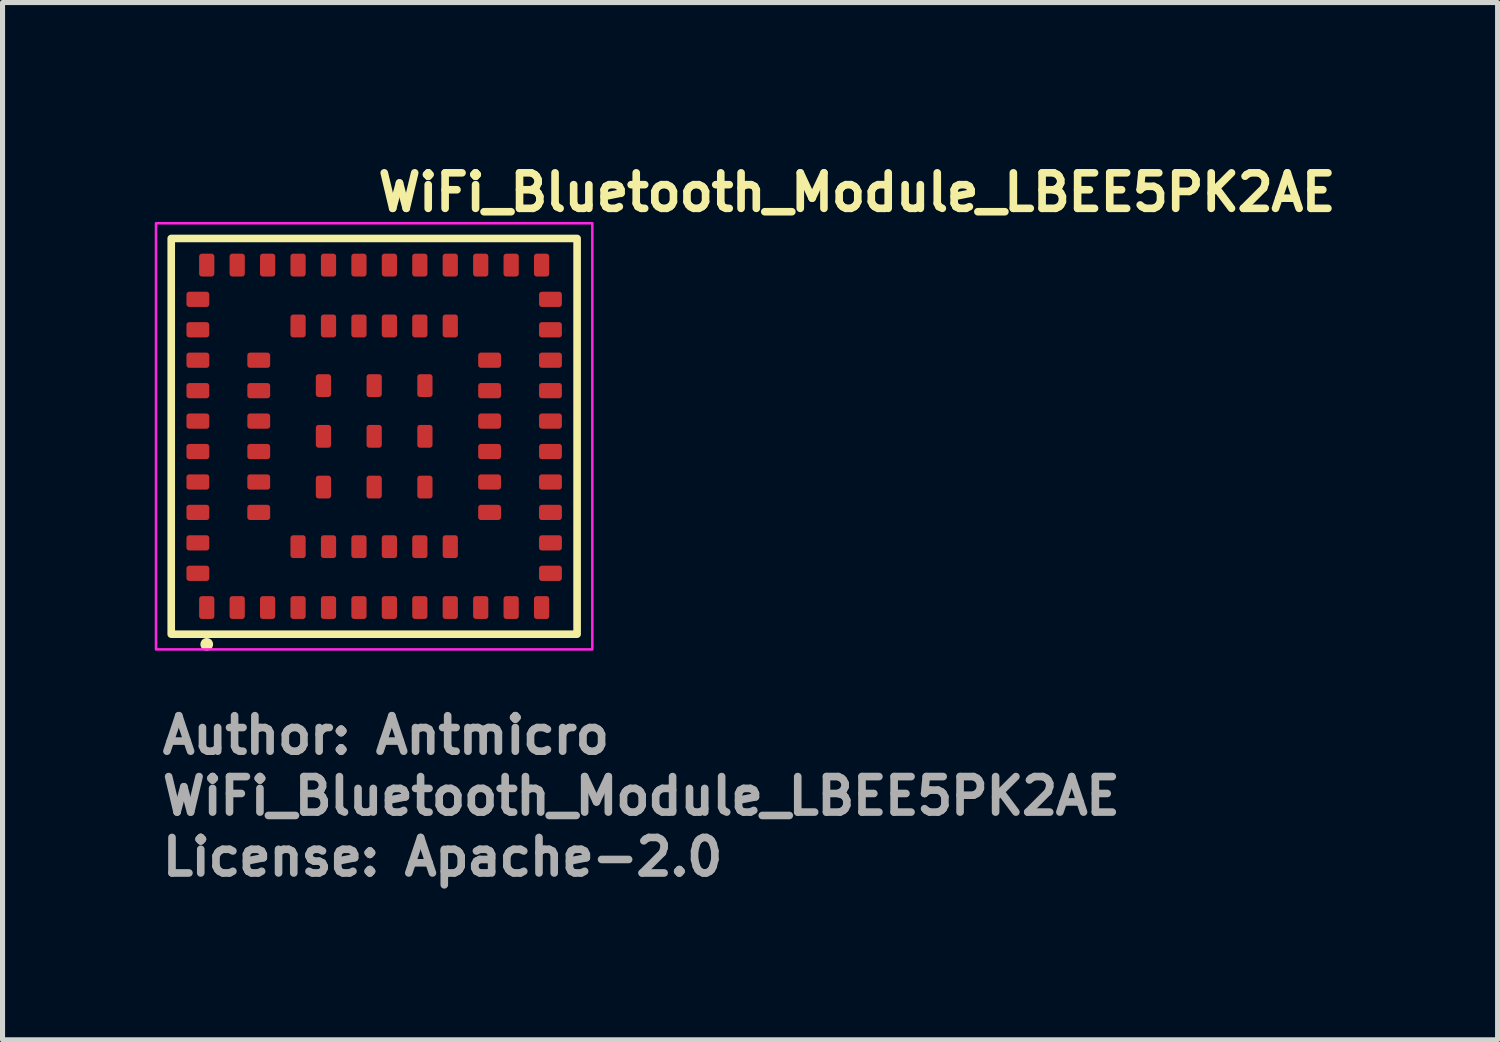
<source format=kicad_pcb>
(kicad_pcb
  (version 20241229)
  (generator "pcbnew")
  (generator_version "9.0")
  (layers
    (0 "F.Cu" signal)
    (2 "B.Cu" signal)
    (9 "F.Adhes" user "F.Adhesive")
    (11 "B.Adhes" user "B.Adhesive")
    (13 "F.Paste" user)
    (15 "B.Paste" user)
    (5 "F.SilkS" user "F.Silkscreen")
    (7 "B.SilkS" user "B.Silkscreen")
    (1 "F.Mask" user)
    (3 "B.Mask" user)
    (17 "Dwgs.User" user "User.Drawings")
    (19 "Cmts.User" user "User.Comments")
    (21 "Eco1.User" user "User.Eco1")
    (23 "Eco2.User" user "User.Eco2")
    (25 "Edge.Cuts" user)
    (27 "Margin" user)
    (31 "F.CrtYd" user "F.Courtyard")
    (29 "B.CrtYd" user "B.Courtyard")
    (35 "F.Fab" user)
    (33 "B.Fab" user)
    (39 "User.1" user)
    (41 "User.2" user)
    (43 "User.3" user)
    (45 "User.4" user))
  (footprint "WiFi_Bluetooth_Module_LBEE5PK2AE"
    (layer "F.Cu")
    (at 4.325 5.55)
    (property "Reference" "WiFi_Bluetooth_Module_LBEE5PK2AE" (at 0 -4.4 0) (layer "F.SilkS") (effects (font (size 0.7 0.7) (thickness 0.15)) (justify left bottom)))
    (attr smd)
    (fp_rect (start -4 -3.9) (end 4 3.9) (stroke (width 0.15) (type solid)) (fill no) (layer "F.SilkS"))
    (fp_circle (center -3.3 4.1) (end -3.25 4.1) (stroke (width 0.15) (type solid)) (fill yes) (layer "F.SilkS"))
    (fp_rect (start -4.3 -4.2) (end 4.3 4.2) (stroke (width 0.05) (type solid)) (fill no) (layer "F.CrtYd"))
    (fp_rect (start -4 -3.9) (end 4 3.9) (stroke (width 0.1) (type solid)) (fill no) (layer "User.5"))
    (fp_line (start -4 -3.9) (end -4 3.9) (stroke (width 0.02) (type solid)) (layer "User.9"))
    (fp_line (start -4 3.9) (end 4 3.9) (stroke (width 0.02) (type solid)) (layer "User.9"))
    (fp_line (start 4 -3.9) (end -4 -3.9) (stroke (width 0.02) (type solid)) (layer "User.9"))
    (fp_line (start 4 3.9) (end 4 -3.9) (stroke (width 0.02) (type solid)) (layer "User.9"))
    (fp_text user "License: Apache-2.0" (at -4.25 8.7 0) (layer "F.Fab") (effects (font (size 0.7 0.7) (thickness 0.15)) (justify left bottom)))
    (fp_text user "Author: Antmicro" (at -4.25 6.3 0) (layer "F.Fab") (effects (font (size 0.7 0.7) (thickness 0.15)) (justify left bottom)))
    (fp_text user "${REFERENCE}" (at -4.25 7.5 0) (layer "F.Fab") (effects (font (size 0.7 0.7) (thickness 0.15)) (justify left bottom)))
    (pad "1" smd roundrect (at -3.3 3.375 180) (size 0.3 0.45) (layers "F.Cu" "F.Mask" "F.Paste") (roundrect_rratio 0.18))
    (pad "2" smd roundrect (at -2.7 3.375 180) (size 0.3 0.45) (layers "F.Cu" "F.Mask" "F.Paste") (roundrect_rratio 0.18))
    (pad "3" smd roundrect (at -2.1 3.375 180) (size 0.3 0.45) (layers "F.Cu" "F.Mask" "F.Paste") (roundrect_rratio 0.18))
    (pad "4" smd roundrect (at -1.5 3.375 180) (size 0.3 0.45) (layers "F.Cu" "F.Mask" "F.Paste") (roundrect_rratio 0.18))
    (pad "5" smd roundrect (at -0.9 3.375 180) (size 0.3 0.45) (layers "F.Cu" "F.Mask" "F.Paste") (roundrect_rratio 0.18))
    (pad "6" smd roundrect (at -0.3 3.375 180) (size 0.3 0.45) (layers "F.Cu" "F.Mask" "F.Paste") (roundrect_rratio 0.18))
    (pad "7" smd roundrect (at 0.3 3.375 180) (size 0.3 0.45) (layers "F.Cu" "F.Mask" "F.Paste") (roundrect_rratio 0.18))
    (pad "8" smd roundrect (at 0.9 3.375 180) (size 0.3 0.45) (layers "F.Cu" "F.Mask" "F.Paste") (roundrect_rratio 0.18))
    (pad "9" smd roundrect (at 1.5 3.375 180) (size 0.3 0.45) (layers "F.Cu" "F.Mask" "F.Paste") (roundrect_rratio 0.18))
    (pad "10" smd roundrect (at 2.1 3.375 180) (size 0.3 0.45) (layers "F.Cu" "F.Mask" "F.Paste") (roundrect_rratio 0.18))
    (pad "11" smd roundrect (at 2.7 3.375 180) (size 0.3 0.45) (layers "F.Cu" "F.Mask" "F.Paste") (roundrect_rratio 0.18))
    (pad "12" smd roundrect (at 3.3 3.375 180) (size 0.3 0.45) (layers "F.Cu" "F.Mask" "F.Paste") (roundrect_rratio 0.18))
    (pad "13" smd roundrect (at 3.475 2.7 90) (size 0.3 0.45) (layers "F.Cu" "F.Mask" "F.Paste") (roundrect_rratio 0.18))
    (pad "14" smd roundrect (at 3.475 2.1 90) (size 0.3 0.45) (layers "F.Cu" "F.Mask" "F.Paste") (roundrect_rratio 0.18))
    (pad "15" smd roundrect (at 3.475 1.5 90) (size 0.3 0.45) (layers "F.Cu" "F.Mask" "F.Paste") (roundrect_rratio 0.18))
    (pad "16" smd roundrect (at 3.475 0.9 90) (size 0.3 0.45) (layers "F.Cu" "F.Mask" "F.Paste") (roundrect_rratio 0.18))
    (pad "17" smd roundrect (at 3.475 0.3 90) (size 0.3 0.45) (layers "F.Cu" "F.Mask" "F.Paste") (roundrect_rratio 0.18))
    (pad "18" smd roundrect (at 3.475 -0.3 90) (size 0.3 0.45) (layers "F.Cu" "F.Mask" "F.Paste") (roundrect_rratio 0.18))
    (pad "19" smd roundrect (at 3.475 -0.9 90) (size 0.3 0.45) (layers "F.Cu" "F.Mask" "F.Paste") (roundrect_rratio 0.18))
    (pad "20" smd roundrect (at 3.475 -1.5 90) (size 0.3 0.45) (layers "F.Cu" "F.Mask" "F.Paste") (roundrect_rratio 0.18))
    (pad "21" smd roundrect (at 3.475 -2.1 90) (size 0.3 0.45) (layers "F.Cu" "F.Mask" "F.Paste") (roundrect_rratio 0.18))
    (pad "22" smd roundrect (at 3.475 -2.7 90) (size 0.3 0.45) (layers "F.Cu" "F.Mask" "F.Paste") (roundrect_rratio 0.18))
    (pad "23" smd roundrect (at 3.3 -3.375 180) (size 0.3 0.45) (layers "F.Cu" "F.Mask" "F.Paste") (roundrect_rratio 0.18))
    (pad "24" smd roundrect (at 2.7 -3.375 180) (size 0.3 0.45) (layers "F.Cu" "F.Mask" "F.Paste") (roundrect_rratio 0.18))
    (pad "25" smd roundrect (at 2.1 -3.375 180) (size 0.3 0.45) (layers "F.Cu" "F.Mask" "F.Paste") (roundrect_rratio 0.18))
    (pad "26" smd roundrect (at 1.5 -3.375 180) (size 0.3 0.45) (layers "F.Cu" "F.Mask" "F.Paste") (roundrect_rratio 0.18))
    (pad "27" smd roundrect (at 0.9 -3.375 180) (size 0.3 0.45) (layers "F.Cu" "F.Mask" "F.Paste") (roundrect_rratio 0.18))
    (pad "28" smd roundrect (at 0.3 -3.375 180) (size 0.3 0.45) (layers "F.Cu" "F.Mask" "F.Paste") (roundrect_rratio 0.18))
    (pad "29" smd roundrect (at -0.3 -3.375 180) (size 0.3 0.45) (layers "F.Cu" "F.Mask" "F.Paste") (roundrect_rratio 0.18))
    (pad "30" smd roundrect (at -0.9 -3.375 180) (size 0.3 0.45) (layers "F.Cu" "F.Mask" "F.Paste") (roundrect_rratio 0.18))
    (pad "31" smd roundrect (at -1.5 -3.375 180) (size 0.3 0.45) (layers "F.Cu" "F.Mask" "F.Paste") (roundrect_rratio 0.18))
    (pad "32" smd roundrect (at -2.1 -3.375 180) (size 0.3 0.45) (layers "F.Cu" "F.Mask" "F.Paste") (roundrect_rratio 0.18))
    (pad "33" smd roundrect (at -2.7 -3.375 180) (size 0.3 0.45) (layers "F.Cu" "F.Mask" "F.Paste") (roundrect_rratio 0.18))
    (pad "34" smd roundrect (at -3.3 -3.375 180) (size 0.3 0.45) (layers "F.Cu" "F.Mask" "F.Paste") (roundrect_rratio 0.18))
    (pad "35" smd roundrect (at -3.475 -2.7 90) (size 0.3 0.45) (layers "F.Cu" "F.Mask" "F.Paste") (roundrect_rratio 0.18))
    (pad "36" smd roundrect (at -3.475 -2.1 90) (size 0.3 0.45) (layers "F.Cu" "F.Mask" "F.Paste") (roundrect_rratio 0.18))
    (pad "37" smd roundrect (at -3.475 -1.5 90) (size 0.3 0.45) (layers "F.Cu" "F.Mask" "F.Paste") (roundrect_rratio 0.18))
    (pad "38" smd roundrect (at -3.475 -0.9 90) (size 0.3 0.45) (layers "F.Cu" "F.Mask" "F.Paste") (roundrect_rratio 0.18))
    (pad "39" smd roundrect (at -3.475 -0.3 90) (size 0.3 0.45) (layers "F.Cu" "F.Mask" "F.Paste") (roundrect_rratio 0.18))
    (pad "40" smd roundrect (at -3.475 0.3 90) (size 0.3 0.45) (layers "F.Cu" "F.Mask" "F.Paste") (roundrect_rratio 0.18))
    (pad "41" smd roundrect (at -3.475 0.9 90) (size 0.3 0.45) (layers "F.Cu" "F.Mask" "F.Paste") (roundrect_rratio 0.18))
    (pad "42" smd roundrect (at -3.475 1.5 90) (size 0.3 0.45) (layers "F.Cu" "F.Mask" "F.Paste") (roundrect_rratio 0.18))
    (pad "43" smd roundrect (at -3.475 2.1 90) (size 0.3 0.45) (layers "F.Cu" "F.Mask" "F.Paste") (roundrect_rratio 0.18))
    (pad "44" smd roundrect (at -3.475 2.7 90) (size 0.3 0.45) (layers "F.Cu" "F.Mask" "F.Paste") (roundrect_rratio 0.18))
    (pad "45" smd roundrect (at -1.5 2.175 180) (size 0.3 0.45) (layers "F.Cu" "F.Mask" "F.Paste") (roundrect_rratio 0.18))
    (pad "46" smd roundrect (at -0.9 2.175 180) (size 0.3 0.45) (layers "F.Cu" "F.Mask" "F.Paste") (roundrect_rratio 0.18))
    (pad "47" smd roundrect (at -0.3 2.175 180) (size 0.3 0.45) (layers "F.Cu" "F.Mask" "F.Paste") (roundrect_rratio 0.18))
    (pad "48" smd roundrect (at 0.3 2.175 180) (size 0.3 0.45) (layers "F.Cu" "F.Mask" "F.Paste") (roundrect_rratio 0.18))
    (pad "49" smd roundrect (at 0.9 2.175 180) (size 0.3 0.45) (layers "F.Cu" "F.Mask" "F.Paste") (roundrect_rratio 0.18))
    (pad "50" smd roundrect (at 1.5 2.175 180) (size 0.3 0.45) (layers "F.Cu" "F.Mask" "F.Paste") (roundrect_rratio 0.18))
    (pad "51" smd roundrect (at 2.275 1.5 90) (size 0.3 0.45) (layers "F.Cu" "F.Mask" "F.Paste") (roundrect_rratio 0.18))
    (pad "52" smd roundrect (at 2.275 0.9 90) (size 0.3 0.45) (layers "F.Cu" "F.Mask" "F.Paste") (roundrect_rratio 0.18))
    (pad "53" smd roundrect (at 2.275 0.3 90) (size 0.3 0.45) (layers "F.Cu" "F.Mask" "F.Paste") (roundrect_rratio 0.18))
    (pad "54" smd roundrect (at 2.275 -0.3 90) (size 0.3 0.45) (layers "F.Cu" "F.Mask" "F.Paste") (roundrect_rratio 0.18))
    (pad "55" smd roundrect (at 2.275 -0.9 90) (size 0.3 0.45) (layers "F.Cu" "F.Mask" "F.Paste") (roundrect_rratio 0.18))
    (pad "56" smd roundrect (at 2.275 -1.5 90) (size 0.3 0.45) (layers "F.Cu" "F.Mask" "F.Paste") (roundrect_rratio 0.18))
    (pad "57" smd roundrect (at 1.5 -2.175 180) (size 0.3 0.45) (layers "F.Cu" "F.Mask" "F.Paste") (roundrect_rratio 0.18))
    (pad "58" smd roundrect (at 0.9 -2.175 180) (size 0.3 0.45) (layers "F.Cu" "F.Mask" "F.Paste") (roundrect_rratio 0.18))
    (pad "59" smd roundrect (at 0.3 -2.175 180) (size 0.3 0.45) (layers "F.Cu" "F.Mask" "F.Paste") (roundrect_rratio 0.18))
    (pad "60" smd roundrect (at -0.3 -2.175 180) (size 0.3 0.45) (layers "F.Cu" "F.Mask" "F.Paste") (roundrect_rratio 0.18))
    (pad "61" smd roundrect (at -0.9 -2.175 180) (size 0.3 0.45) (layers "F.Cu" "F.Mask" "F.Paste") (roundrect_rratio 0.18))
    (pad "62" smd roundrect (at -1.5 -2.175 180) (size 0.3 0.45) (layers "F.Cu" "F.Mask" "F.Paste") (roundrect_rratio 0.18))
    (pad "63" smd roundrect (at -2.275 -1.5 90) (size 0.3 0.45) (layers "F.Cu" "F.Mask" "F.Paste") (roundrect_rratio 0.18))
    (pad "64" smd roundrect (at -2.275 -0.9 90) (size 0.3 0.45) (layers "F.Cu" "F.Mask" "F.Paste") (roundrect_rratio 0.18))
    (pad "65" smd roundrect (at -2.275 -0.3 90) (size 0.3 0.45) (layers "F.Cu" "F.Mask" "F.Paste") (roundrect_rratio 0.18))
    (pad "66" smd roundrect (at -2.275 0.3 90) (size 0.3 0.45) (layers "F.Cu" "F.Mask" "F.Paste") (roundrect_rratio 0.18))
    (pad "67" smd roundrect (at -2.275 0.9 90) (size 0.3 0.45) (layers "F.Cu" "F.Mask" "F.Paste") (roundrect_rratio 0.18))
    (pad "68" smd roundrect (at -2.275 1.5 90) (size 0.3 0.45) (layers "F.Cu" "F.Mask" "F.Paste") (roundrect_rratio 0.18))
    (pad "69" smd roundrect (at -1 1 180) (size 0.3 0.45) (layers "F.Cu" "F.Mask" "F.Paste") (roundrect_rratio 0.18))
    (pad "70" smd roundrect (at 0 1 180) (size 0.3 0.45) (layers "F.Cu" "F.Mask" "F.Paste") (roundrect_rratio 0.18))
    (pad "71" smd roundrect (at 1 1 180) (size 0.3 0.45) (layers "F.Cu" "F.Mask" "F.Paste") (roundrect_rratio 0.18))
    (pad "72" smd roundrect (at 1 0 180) (size 0.3 0.45) (layers "F.Cu" "F.Mask" "F.Paste") (roundrect_rratio 0.18))
    (pad "73" smd roundrect (at 1 -1 180) (size 0.3 0.45) (layers "F.Cu" "F.Mask" "F.Paste") (roundrect_rratio 0.18))
    (pad "74" smd roundrect (at 0 -1 180) (size 0.3 0.45) (layers "F.Cu" "F.Mask" "F.Paste") (roundrect_rratio 0.18))
    (pad "75" smd roundrect (at -1 -1 180) (size 0.3 0.45) (layers "F.Cu" "F.Mask" "F.Paste") (roundrect_rratio 0.18))
    (pad "76" smd roundrect (at -1 0 180) (size 0.3 0.45) (layers "F.Cu" "F.Mask" "F.Paste") (roundrect_rratio 0.18))
    (pad "77" smd roundrect (at 0 0 180) (size 0.3 0.45) (layers "F.Cu" "F.Mask" "F.Paste") (roundrect_rratio 0.18)))
  (gr_rect
    (start -3 -3)
    (end 26.468 17.445)
    (stroke (width 0.1) (type default))
    (fill no)
    (layer "Edge.Cuts")))
</source>
